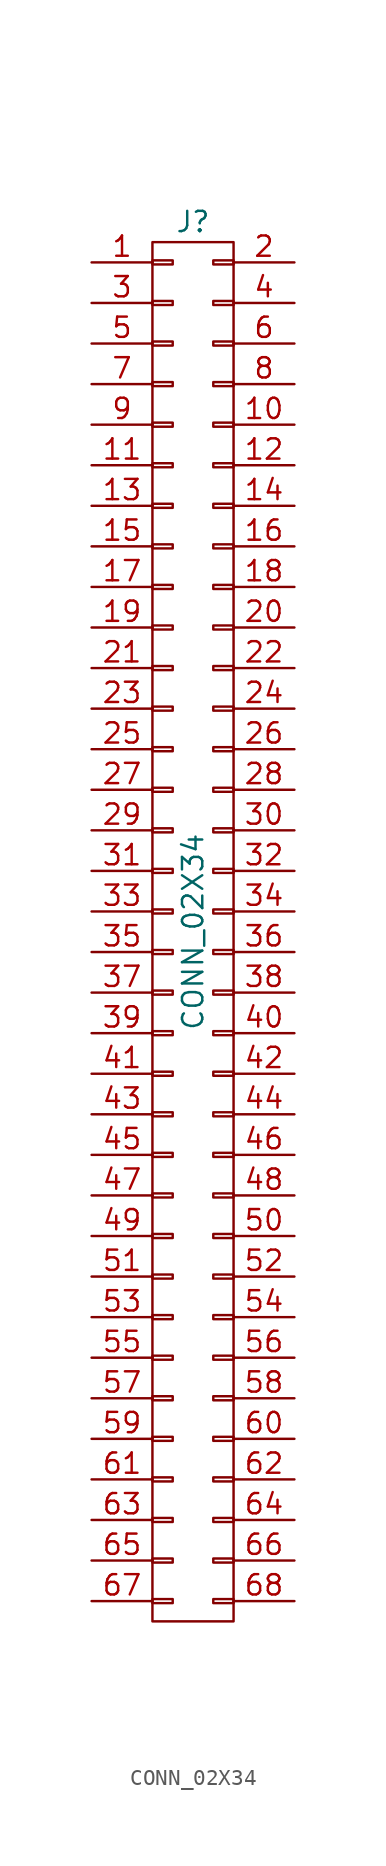
<source format=kicad_sym>
(kicad_symbol_lib
  (version 20211014)
  (generator kicad_symbol_editor)
  (symbol "CONN_02X34"
    (pin_names
      (offset 0.025) hide)
    (property "Reference" "J"
      (at 0 44.45 0)
      (effects (font (size 1.27 1.27))))
    (property "Value" "CONN_02X34"
      (at 0 0 90)
      (effects (font (size 1.27 1.27))))
    (symbol "CONN_02X34_0_1"
      (rectangle (start -2.54 -41.783) (end -1.27 -42.037) (stroke (width 0) (type default) (color 0 0 0 0)) (fill (type none)))
      (rectangle (start -2.54 -39.243) (end -1.27 -39.497) (stroke (width 0) (type default) (color 0 0 0 0)) (fill (type none)))
      (rectangle (start -2.54 -36.703) (end -1.27 -36.957) (stroke (width 0) (type default) (color 0 0 0 0)) (fill (type none)))
      (rectangle (start -2.54 -34.163) (end -1.27 -34.417) (stroke (width 0) (type default) (color 0 0 0 0)) (fill (type none)))
      (rectangle (start -2.54 -31.623) (end -1.27 -31.877) (stroke (width 0) (type default) (color 0 0 0 0)) (fill (type none)))
      (rectangle (start -2.54 -29.083) (end -1.27 -29.337) (stroke (width 0) (type default) (color 0 0 0 0)) (fill (type none)))
      (rectangle (start -2.54 -26.543) (end -1.27 -26.797) (stroke (width 0) (type default) (color 0 0 0 0)) (fill (type none)))
      (rectangle (start -2.54 -24.003) (end -1.27 -24.257) (stroke (width 0) (type default) (color 0 0 0 0)) (fill (type none)))
      (rectangle (start -2.54 -21.463) (end -1.27 -21.717) (stroke (width 0) (type default) (color 0 0 0 0)) (fill (type none)))
      (rectangle (start -2.54 -18.923) (end -1.27 -19.177) (stroke (width 0) (type default) (color 0 0 0 0)) (fill (type none)))
      (rectangle (start -2.54 -16.383) (end -1.27 -16.637) (stroke (width 0) (type default) (color 0 0 0 0)) (fill (type none)))
      (rectangle (start -2.54 -13.843) (end -1.27 -14.097) (stroke (width 0) (type default) (color 0 0 0 0)) (fill (type none)))
      (rectangle (start -2.54 -11.303) (end -1.27 -11.557) (stroke (width 0) (type default) (color 0 0 0 0)) (fill (type none)))
      (rectangle (start -2.54 -8.763) (end -1.27 -9.017) (stroke (width 0) (type default) (color 0 0 0 0)) (fill (type none)))
      (rectangle (start -2.54 -6.223) (end -1.27 -6.477) (stroke (width 0) (type default) (color 0 0 0 0)) (fill (type none)))
      (rectangle (start -2.54 -3.683) (end -1.27 -3.937) (stroke (width 0) (type default) (color 0 0 0 0)) (fill (type none)))
      (rectangle (start -2.54 -1.143) (end -1.27 -1.397) (stroke (width 0) (type default) (color 0 0 0 0)) (fill (type none)))
      (rectangle (start -2.54 1.397) (end -1.27 1.143) (stroke (width 0) (type default) (color 0 0 0 0)) (fill (type none)))
      (rectangle (start -2.54 3.937) (end -1.27 3.683) (stroke (width 0) (type default) (color 0 0 0 0)) (fill (type none)))
      (rectangle (start -2.54 6.477) (end -1.27 6.223) (stroke (width 0) (type default) (color 0 0 0 0)) (fill (type none)))
      (rectangle (start -2.54 9.017) (end -1.27 8.763) (stroke (width 0) (type default) (color 0 0 0 0)) (fill (type none)))
      (rectangle (start -2.54 11.557) (end -1.27 11.303) (stroke (width 0) (type default) (color 0 0 0 0)) (fill (type none)))
      (rectangle (start -2.54 14.097) (end -1.27 13.843) (stroke (width 0) (type default) (color 0 0 0 0)) (fill (type none)))
      (rectangle (start -2.54 16.637) (end -1.27 16.383) (stroke (width 0) (type default) (color 0 0 0 0)) (fill (type none)))
      (rectangle (start -2.54 19.177) (end -1.27 18.923) (stroke (width 0) (type default) (color 0 0 0 0)) (fill (type none)))
      (rectangle (start -2.54 21.717) (end -1.27 21.463) (stroke (width 0) (type default) (color 0 0 0 0)) (fill (type none)))
      (rectangle (start -2.54 24.257) (end -1.27 24.003) (stroke (width 0) (type default) (color 0 0 0 0)) (fill (type none)))
      (rectangle (start -2.54 26.797) (end -1.27 26.543) (stroke (width 0) (type default) (color 0 0 0 0)) (fill (type none)))
      (rectangle (start -2.54 29.337) (end -1.27 29.083) (stroke (width 0) (type default) (color 0 0 0 0)) (fill (type none)))
      (rectangle (start -2.54 31.877) (end -1.27 31.623) (stroke (width 0) (type default) (color 0 0 0 0)) (fill (type none)))
      (rectangle (start -2.54 34.417) (end -1.27 34.163) (stroke (width 0) (type default) (color 0 0 0 0)) (fill (type none)))
      (rectangle (start -2.54 36.957) (end -1.27 36.703) (stroke (width 0) (type default) (color 0 0 0 0)) (fill (type none)))
      (rectangle (start -2.54 39.497) (end -1.27 39.243) (stroke (width 0) (type default) (color 0 0 0 0)) (fill (type none)))
      (rectangle (start -2.54 42.037) (end -1.27 41.783) (stroke (width 0) (type default) (color 0 0 0 0)) (fill (type none)))
      (rectangle (start 1.27 -41.783) (end 2.54 -42.037) (stroke (width 0) (type default) (color 0 0 0 0)) (fill (type none)))
      (rectangle (start 1.27 -39.243) (end 2.54 -39.497) (stroke (width 0) (type default) (color 0 0 0 0)) (fill (type none)))
      (rectangle (start 1.27 -36.703) (end 2.54 -36.957) (stroke (width 0) (type default) (color 0 0 0 0)) (fill (type none)))
      (rectangle (start 1.27 -34.163) (end 2.54 -34.417) (stroke (width 0) (type default) (color 0 0 0 0)) (fill (type none)))
      (rectangle (start 1.27 -31.623) (end 2.54 -31.877) (stroke (width 0) (type default) (color 0 0 0 0)) (fill (type none)))
      (rectangle (start 1.27 -29.083) (end 2.54 -29.337) (stroke (width 0) (type default) (color 0 0 0 0)) (fill (type none)))
      (rectangle (start 1.27 -26.543) (end 2.54 -26.797) (stroke (width 0) (type default) (color 0 0 0 0)) (fill (type none)))
      (rectangle (start 1.27 -24.003) (end 2.54 -24.257) (stroke (width 0) (type default) (color 0 0 0 0)) (fill (type none)))
      (rectangle (start 1.27 -21.463) (end 2.54 -21.717) (stroke (width 0) (type default) (color 0 0 0 0)) (fill (type none)))
      (rectangle (start 1.27 -18.923) (end 2.54 -19.177) (stroke (width 0) (type default) (color 0 0 0 0)) (fill (type none)))
      (rectangle (start 1.27 -16.383) (end 2.54 -16.637) (stroke (width 0) (type default) (color 0 0 0 0)) (fill (type none)))
      (rectangle (start 1.27 -13.843) (end 2.54 -14.097) (stroke (width 0) (type default) (color 0 0 0 0)) (fill (type none)))
      (rectangle (start 1.27 -11.303) (end 2.54 -11.557) (stroke (width 0) (type default) (color 0 0 0 0)) (fill (type none)))
      (rectangle (start 1.27 -8.763) (end 2.54 -9.017) (stroke (width 0) (type default) (color 0 0 0 0)) (fill (type none)))
      (rectangle (start 1.27 -6.223) (end 2.54 -6.477) (stroke (width 0) (type default) (color 0 0 0 0)) (fill (type none)))
      (rectangle (start 1.27 -3.683) (end 2.54 -3.937) (stroke (width 0) (type default) (color 0 0 0 0)) (fill (type none)))
      (rectangle (start 1.27 -1.143) (end 2.54 -1.397) (stroke (width 0) (type default) (color 0 0 0 0)) (fill (type none)))
      (rectangle (start 1.27 1.397) (end 2.54 1.143) (stroke (width 0) (type default) (color 0 0 0 0)) (fill (type none)))
      (rectangle (start 1.27 3.937) (end 2.54 3.683) (stroke (width 0) (type default) (color 0 0 0 0)) (fill (type none)))
      (rectangle (start 1.27 6.477) (end 2.54 6.223) (stroke (width 0) (type default) (color 0 0 0 0)) (fill (type none)))
      (rectangle (start 1.27 9.017) (end 2.54 8.763) (stroke (width 0) (type default) (color 0 0 0 0)) (fill (type none)))
      (rectangle (start 1.27 11.557) (end 2.54 11.303) (stroke (width 0) (type default) (color 0 0 0 0)) (fill (type none)))
      (rectangle (start 1.27 14.097) (end 2.54 13.843) (stroke (width 0) (type default) (color 0 0 0 0)) (fill (type none)))
      (rectangle (start 1.27 16.637) (end 2.54 16.383) (stroke (width 0) (type default) (color 0 0 0 0)) (fill (type none)))
      (rectangle (start 1.27 19.177) (end 2.54 18.923) (stroke (width 0) (type default) (color 0 0 0 0)) (fill (type none)))
      (rectangle (start 1.27 21.717) (end 2.54 21.463) (stroke (width 0) (type default) (color 0 0 0 0)) (fill (type none)))
      (rectangle (start 1.27 24.257) (end 2.54 24.003) (stroke (width 0) (type default) (color 0 0 0 0)) (fill (type none)))
      (rectangle (start 1.27 26.797) (end 2.54 26.543) (stroke (width 0) (type default) (color 0 0 0 0)) (fill (type none)))
      (rectangle (start 1.27 29.337) (end 2.54 29.083) (stroke (width 0) (type default) (color 0 0 0 0)) (fill (type none)))
      (rectangle (start 1.27 31.877) (end 2.54 31.623) (stroke (width 0) (type default) (color 0 0 0 0)) (fill (type none)))
      (rectangle (start 1.27 34.417) (end 2.54 34.163) (stroke (width 0) (type default) (color 0 0 0 0)) (fill (type none)))
      (rectangle (start 1.27 36.957) (end 2.54 36.703) (stroke (width 0) (type default) (color 0 0 0 0)) (fill (type none)))
      (rectangle (start 1.27 39.497) (end 2.54 39.243) (stroke (width 0) (type default) (color 0 0 0 0)) (fill (type none)))
      (rectangle (start 1.27 42.037) (end 2.54 41.783) (stroke (width 0) (type default) (color 0 0 0 0)) (fill (type none)))
      (rectangle (start 2.54 -43.18) (end -2.54 43.18) (stroke (width 0) (type default) (color 0 0 0 0)) (fill (type none))))
    (symbol "CONN_02X34_1_1"
      (pin passive line (at -6.35 41.91 0) (length 3.81) (name "P1" (effects (font (size 1.27 1.27)))) (number "1" (effects (font (size 1.27 1.27)))))
      (pin passive line (at 6.35 31.75 180) (length 3.81) (name "P10" (effects (font (size 1.27 1.27)))) (number "10" (effects (font (size 1.27 1.27)))))
      (pin passive line (at -6.35 29.21 0) (length 3.81) (name "P11" (effects (font (size 1.27 1.27)))) (number "11" (effects (font (size 1.27 1.27)))))
      (pin passive line (at 6.35 29.21 180) (length 3.81) (name "P12" (effects (font (size 1.27 1.27)))) (number "12" (effects (font (size 1.27 1.27)))))
      (pin passive line (at -6.35 26.67 0) (length 3.81) (name "P13" (effects (font (size 1.27 1.27)))) (number "13" (effects (font (size 1.27 1.27)))))
      (pin passive line (at 6.35 26.67 180) (length 3.81) (name "P14" (effects (font (size 1.27 1.27)))) (number "14" (effects (font (size 1.27 1.27)))))
      (pin passive line (at -6.35 24.13 0) (length 3.81) (name "P15" (effects (font (size 1.27 1.27)))) (number "15" (effects (font (size 1.27 1.27)))))
      (pin passive line (at 6.35 24.13 180) (length 3.81) (name "P16" (effects (font (size 1.27 1.27)))) (number "16" (effects (font (size 1.27 1.27)))))
      (pin passive line (at -6.35 21.59 0) (length 3.81) (name "P17" (effects (font (size 1.27 1.27)))) (number "17" (effects (font (size 1.27 1.27)))))
      (pin passive line (at 6.35 21.59 180) (length 3.81) (name "P18" (effects (font (size 1.27 1.27)))) (number "18" (effects (font (size 1.27 1.27)))))
      (pin passive line (at -6.35 19.05 0) (length 3.81) (name "P19" (effects (font (size 1.27 1.27)))) (number "19" (effects (font (size 1.27 1.27)))))
      (pin passive line (at 6.35 41.91 180) (length 3.81) (name "P2" (effects (font (size 1.27 1.27)))) (number "2" (effects (font (size 1.27 1.27)))))
      (pin passive line (at 6.35 19.05 180) (length 3.81) (name "P20" (effects (font (size 1.27 1.27)))) (number "20" (effects (font (size 1.27 1.27)))))
      (pin passive line (at -6.35 16.51 0) (length 3.81) (name "P21" (effects (font (size 1.27 1.27)))) (number "21" (effects (font (size 1.27 1.27)))))
      (pin passive line (at 6.35 16.51 180) (length 3.81) (name "P22" (effects (font (size 1.27 1.27)))) (number "22" (effects (font (size 1.27 1.27)))))
      (pin passive line (at -6.35 13.97 0) (length 3.81) (name "P23" (effects (font (size 1.27 1.27)))) (number "23" (effects (font (size 1.27 1.27)))))
      (pin passive line (at 6.35 13.97 180) (length 3.81) (name "P24" (effects (font (size 1.27 1.27)))) (number "24" (effects (font (size 1.27 1.27)))))
      (pin passive line (at -6.35 11.43 0) (length 3.81) (name "P25" (effects (font (size 1.27 1.27)))) (number "25" (effects (font (size 1.27 1.27)))))
      (pin passive line (at 6.35 11.43 180) (length 3.81) (name "P26" (effects (font (size 1.27 1.27)))) (number "26" (effects (font (size 1.27 1.27)))))
      (pin passive line (at -6.35 8.89 0) (length 3.81) (name "P27" (effects (font (size 1.27 1.27)))) (number "27" (effects (font (size 1.27 1.27)))))
      (pin passive line (at 6.35 8.89 180) (length 3.81) (name "P28" (effects (font (size 1.27 1.27)))) (number "28" (effects (font (size 1.27 1.27)))))
      (pin passive line (at -6.35 6.35 0) (length 3.81) (name "P29" (effects (font (size 1.27 1.27)))) (number "29" (effects (font (size 1.27 1.27)))))
      (pin passive line (at -6.35 39.37 0) (length 3.81) (name "P3" (effects (font (size 1.27 1.27)))) (number "3" (effects (font (size 1.27 1.27)))))
      (pin passive line (at 6.35 6.35 180) (length 3.81) (name "P30" (effects (font (size 1.27 1.27)))) (number "30" (effects (font (size 1.27 1.27)))))
      (pin passive line (at -6.35 3.81 0) (length 3.81) (name "P31" (effects (font (size 1.27 1.27)))) (number "31" (effects (font (size 1.27 1.27)))))
      (pin passive line (at 6.35 3.81 180) (length 3.81) (name "P32" (effects (font (size 1.27 1.27)))) (number "32" (effects (font (size 1.27 1.27)))))
      (pin passive line (at -6.35 1.27 0) (length 3.81) (name "P33" (effects (font (size 1.27 1.27)))) (number "33" (effects (font (size 1.27 1.27)))))
      (pin passive line (at 6.35 1.27 180) (length 3.81) (name "P34" (effects (font (size 1.27 1.27)))) (number "34" (effects (font (size 1.27 1.27)))))
      (pin passive line (at -6.35 -1.27 0) (length 3.81) (name "P35" (effects (font (size 1.27 1.27)))) (number "35" (effects (font (size 1.27 1.27)))))
      (pin passive line (at 6.35 -1.27 180) (length 3.81) (name "P36" (effects (font (size 1.27 1.27)))) (number "36" (effects (font (size 1.27 1.27)))))
      (pin passive line (at -6.35 -3.81 0) (length 3.81) (name "P37" (effects (font (size 1.27 1.27)))) (number "37" (effects (font (size 1.27 1.27)))))
      (pin passive line (at 6.35 -3.81 180) (length 3.81) (name "P38" (effects (font (size 1.27 1.27)))) (number "38" (effects (font (size 1.27 1.27)))))
      (pin passive line (at -6.35 -6.35 0) (length 3.81) (name "P39" (effects (font (size 1.27 1.27)))) (number "39" (effects (font (size 1.27 1.27)))))
      (pin passive line (at 6.35 39.37 180) (length 3.81) (name "P4" (effects (font (size 1.27 1.27)))) (number "4" (effects (font (size 1.27 1.27)))))
      (pin passive line (at 6.35 -6.35 180) (length 3.81) (name "P40" (effects (font (size 1.27 1.27)))) (number "40" (effects (font (size 1.27 1.27)))))
      (pin passive line (at -6.35 -8.89 0) (length 3.81) (name "P41" (effects (font (size 1.27 1.27)))) (number "41" (effects (font (size 1.27 1.27)))))
      (pin passive line (at 6.35 -8.89 180) (length 3.81) (name "P42" (effects (font (size 1.27 1.27)))) (number "42" (effects (font (size 1.27 1.27)))))
      (pin passive line (at -6.35 -11.43 0) (length 3.81) (name "P43" (effects (font (size 1.27 1.27)))) (number "43" (effects (font (size 1.27 1.27)))))
      (pin passive line (at 6.35 -11.43 180) (length 3.81) (name "P44" (effects (font (size 1.27 1.27)))) (number "44" (effects (font (size 1.27 1.27)))))
      (pin passive line (at -6.35 -13.97 0) (length 3.81) (name "P45" (effects (font (size 1.27 1.27)))) (number "45" (effects (font (size 1.27 1.27)))))
      (pin passive line (at 6.35 -13.97 180) (length 3.81) (name "P46" (effects (font (size 1.27 1.27)))) (number "46" (effects (font (size 1.27 1.27)))))
      (pin passive line (at -6.35 -16.51 0) (length 3.81) (name "P47" (effects (font (size 1.27 1.27)))) (number "47" (effects (font (size 1.27 1.27)))))
      (pin passive line (at 6.35 -16.51 180) (length 3.81) (name "P48" (effects (font (size 1.27 1.27)))) (number "48" (effects (font (size 1.27 1.27)))))
      (pin passive line (at -6.35 -19.05 0) (length 3.81) (name "P49" (effects (font (size 1.27 1.27)))) (number "49" (effects (font (size 1.27 1.27)))))
      (pin passive line (at -6.35 36.83 0) (length 3.81) (name "P5" (effects (font (size 1.27 1.27)))) (number "5" (effects (font (size 1.27 1.27)))))
      (pin passive line (at 6.35 -19.05 180) (length 3.81) (name "P50" (effects (font (size 1.27 1.27)))) (number "50" (effects (font (size 1.27 1.27)))))
      (pin passive line (at -6.35 -21.59 0) (length 3.81) (name "P51" (effects (font (size 1.27 1.27)))) (number "51" (effects (font (size 1.27 1.27)))))
      (pin passive line (at 6.35 -21.59 180) (length 3.81) (name "P52" (effects (font (size 1.27 1.27)))) (number "52" (effects (font (size 1.27 1.27)))))
      (pin passive line (at -6.35 -24.13 0) (length 3.81) (name "P53" (effects (font (size 1.27 1.27)))) (number "53" (effects (font (size 1.27 1.27)))))
      (pin passive line (at 6.35 -24.13 180) (length 3.81) (name "P54" (effects (font (size 1.27 1.27)))) (number "54" (effects (font (size 1.27 1.27)))))
      (pin passive line (at -6.35 -26.67 0) (length 3.81) (name "P55" (effects (font (size 1.27 1.27)))) (number "55" (effects (font (size 1.27 1.27)))))
      (pin passive line (at 6.35 -26.67 180) (length 3.81) (name "P56" (effects (font (size 1.27 1.27)))) (number "56" (effects (font (size 1.27 1.27)))))
      (pin passive line (at -6.35 -29.21 0) (length 3.81) (name "P57" (effects (font (size 1.27 1.27)))) (number "57" (effects (font (size 1.27 1.27)))))
      (pin passive line (at 6.35 -29.21 180) (length 3.81) (name "P58" (effects (font (size 1.27 1.27)))) (number "58" (effects (font (size 1.27 1.27)))))
      (pin passive line (at -6.35 -31.75 0) (length 3.81) (name "P59" (effects (font (size 1.27 1.27)))) (number "59" (effects (font (size 1.27 1.27)))))
      (pin passive line (at 6.35 36.83 180) (length 3.81) (name "P6" (effects (font (size 1.27 1.27)))) (number "6" (effects (font (size 1.27 1.27)))))
      (pin passive line (at 6.35 -31.75 180) (length 3.81) (name "P60" (effects (font (size 1.27 1.27)))) (number "60" (effects (font (size 1.27 1.27)))))
      (pin passive line (at -6.35 -34.29 0) (length 3.81) (name "P61" (effects (font (size 1.27 1.27)))) (number "61" (effects (font (size 1.27 1.27)))))
      (pin passive line (at 6.35 -34.29 180) (length 3.81) (name "P62" (effects (font (size 1.27 1.27)))) (number "62" (effects (font (size 1.27 1.27)))))
      (pin passive line (at -6.35 -36.83 0) (length 3.81) (name "P63" (effects (font (size 1.27 1.27)))) (number "63" (effects (font (size 1.27 1.27)))))
      (pin passive line (at 6.35 -36.83 180) (length 3.81) (name "P64" (effects (font (size 1.27 1.27)))) (number "64" (effects (font (size 1.27 1.27)))))
      (pin passive line (at -6.35 -39.37 0) (length 3.81) (name "P65" (effects (font (size 1.27 1.27)))) (number "65" (effects (font (size 1.27 1.27)))))
      (pin passive line (at 6.35 -39.37 180) (length 3.81) (name "P66" (effects (font (size 1.27 1.27)))) (number "66" (effects (font (size 1.27 1.27)))))
      (pin passive line (at -6.35 -41.91 0) (length 3.81) (name "P67" (effects (font (size 1.27 1.27)))) (number "67" (effects (font (size 1.27 1.27)))))
      (pin passive line (at 6.35 -41.91 180) (length 3.81) (name "P68" (effects (font (size 1.27 1.27)))) (number "68" (effects (font (size 1.27 1.27)))))
      (pin passive line (at -6.35 34.29 0) (length 3.81) (name "P7" (effects (font (size 1.27 1.27)))) (number "7" (effects (font (size 1.27 1.27)))))
      (pin passive line (at 6.35 34.29 180) (length 3.81) (name "P8" (effects (font (size 1.27 1.27)))) (number "8" (effects (font (size 1.27 1.27)))))
      (pin passive line (at -6.35 31.75 0) (length 3.81) (name "P9" (effects (font (size 1.27 1.27)))) (number "9" (effects (font (size 1.27 1.27))))))))
</source>
